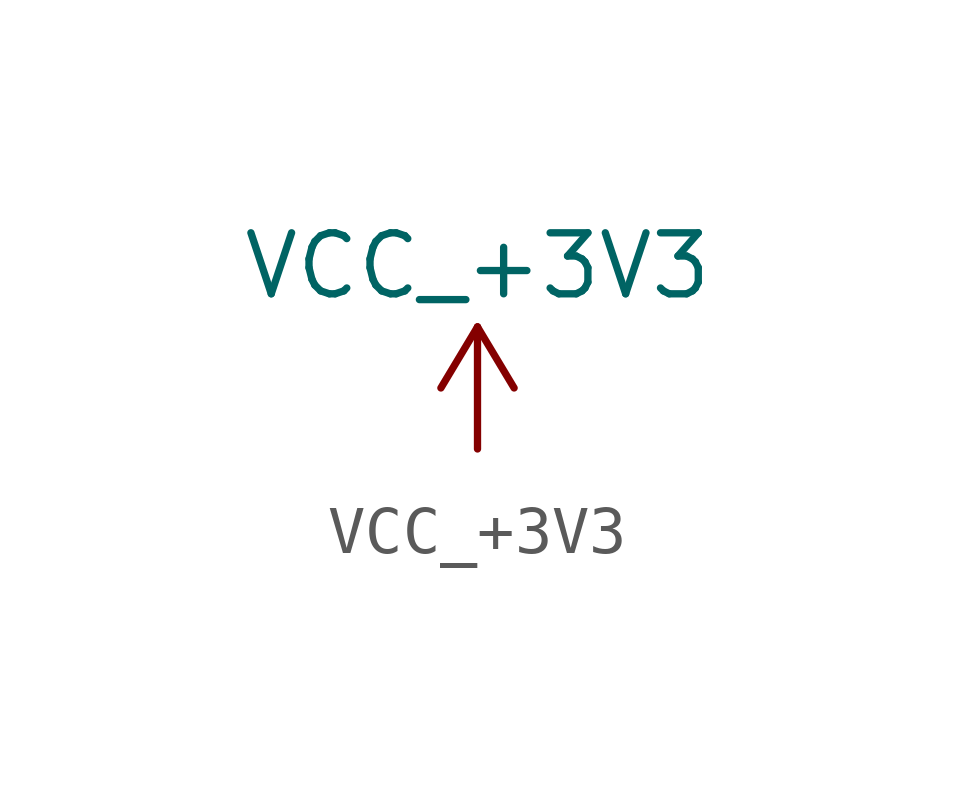
<source format=kicad_sym>
(kicad_symbol_lib
  (version 20220914)
  (generator kicad_symbol_editor)
  (symbol "VCC_+3V3"
    (power)
    (property "Reference" "#PWR"
      (at 0 -3.81 0)
      (effects (font (size 1.27 1.27)) hide))
    (property "Value" "VCC_+3V3"
      (at 0 3.81 0)
      (effects (font (size 1.27 1.27))))
    (symbol "VCC_+3V3_0_1"
      (polyline (pts (xy -0.762 1.27) (xy 0 2.54)) (stroke (width 0) (type default)) (fill (type none)))
      (polyline (pts (xy 0 0) (xy 0 2.54)) (stroke (width 0) (type default)) (fill (type none)))
      (polyline (pts (xy 0 2.54) (xy 0.762 1.27)) (stroke (width 0) (type default)) (fill (type none))))
    (symbol "VCC_+3V3_1_1"
      (pin power_in line (at 0 0 90) (length 0) hide (name "+3V3" (effects (font (size 1.27 1.27)))) (number "1" (effects (font (size 1.27 1.27))))))))
</source>
